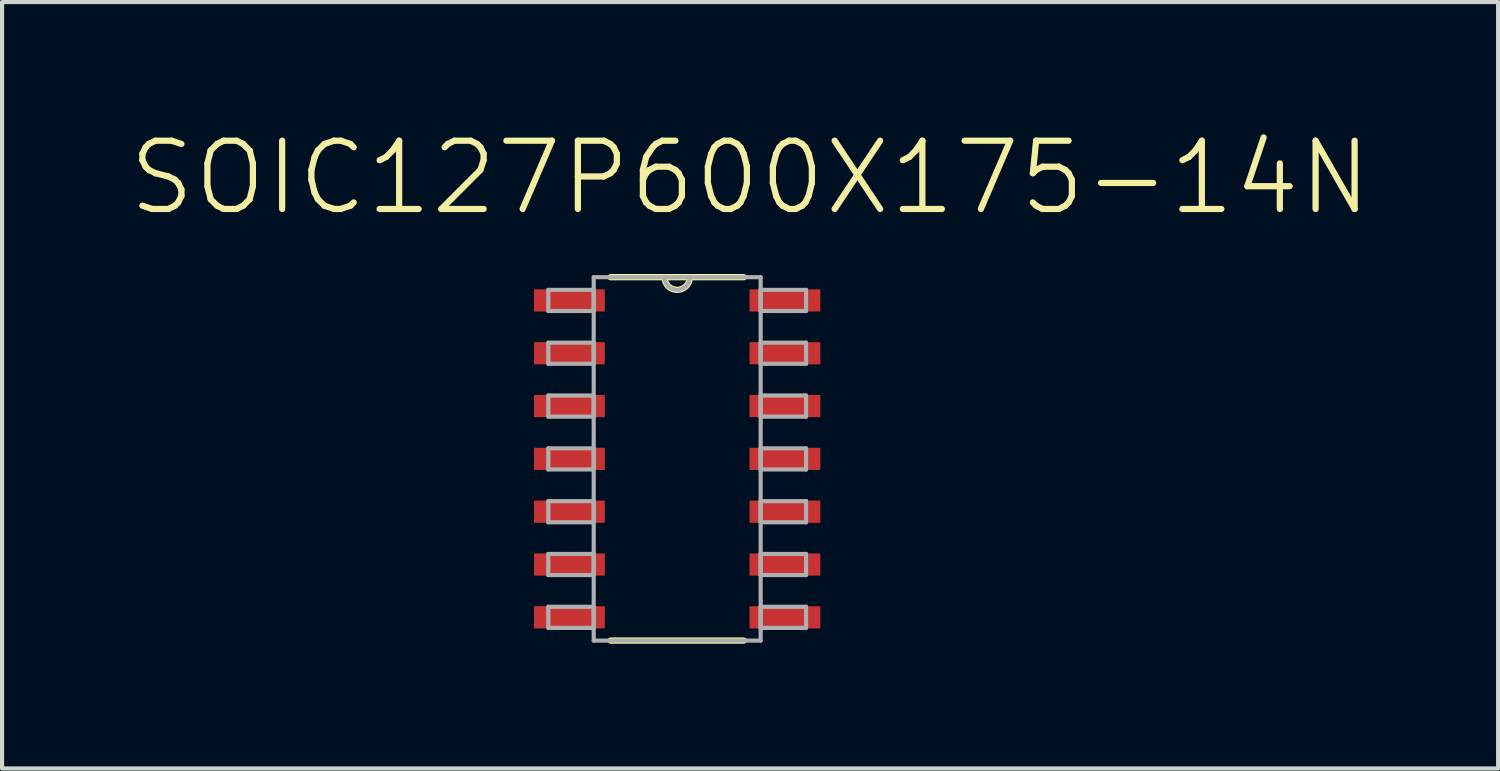
<source format=kicad_pcb>
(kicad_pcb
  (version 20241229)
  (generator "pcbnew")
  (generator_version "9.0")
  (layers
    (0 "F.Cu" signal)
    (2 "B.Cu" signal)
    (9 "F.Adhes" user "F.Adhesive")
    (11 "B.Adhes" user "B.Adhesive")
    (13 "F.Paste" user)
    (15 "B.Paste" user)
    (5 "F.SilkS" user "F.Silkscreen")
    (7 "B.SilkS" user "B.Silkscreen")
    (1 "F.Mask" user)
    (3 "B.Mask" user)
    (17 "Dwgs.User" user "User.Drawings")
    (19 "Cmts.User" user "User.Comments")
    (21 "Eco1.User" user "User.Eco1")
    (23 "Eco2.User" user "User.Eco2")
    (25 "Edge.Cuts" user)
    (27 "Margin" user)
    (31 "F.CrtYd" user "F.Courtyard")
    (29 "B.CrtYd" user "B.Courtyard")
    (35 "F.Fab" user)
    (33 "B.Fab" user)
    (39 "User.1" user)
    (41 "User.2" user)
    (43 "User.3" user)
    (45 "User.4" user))
  (footprint "SOIC127P600X175-14N"
    (layer "F.Cu")
    (at 13.233 7.984)
    (property "Reference" "SOIC127P600X175-14N" (at 1.754 -6.761 0) (layer "F.SilkS") (effects (font (size 1.641 1.641) (thickness 0.15))))
    (attr smd)
    (fp_line (start -1.6 4.369) (end 1.6 4.369) (stroke (width 0.152) (type solid)) (layer "F.SilkS"))
    (fp_line (start -0.305 -4.369) (end -1.6 -4.369) (stroke (width 0.152) (type solid)) (layer "F.SilkS"))
    (fp_line (start 0.305 -4.369) (end -0.305 -4.369) (stroke (width 0.152) (type solid)) (layer "F.SilkS"))
    (fp_line (start 1.6 -4.369) (end 0.305 -4.369) (stroke (width 0.152) (type solid)) (layer "F.SilkS"))
    (fp_arc (start 0.3048 -4.3688) (mid 0 -4.064) (end -0.3048 -4.3688) (stroke (width 0.1524) (type solid)) (layer "F.SilkS"))
    (fp_line (start -3.099 -4.064) (end -3.099 -3.556) (stroke (width 0.1) (type solid)) (layer "F.Fab"))
    (fp_line (start -3.099 -3.556) (end -2.007 -3.556) (stroke (width 0.1) (type solid)) (layer "F.Fab"))
    (fp_line (start -3.099 -2.794) (end -3.099 -2.286) (stroke (width 0.1) (type solid)) (layer "F.Fab"))
    (fp_line (start -3.099 -2.286) (end -2.007 -2.286) (stroke (width 0.1) (type solid)) (layer "F.Fab"))
    (fp_line (start -3.099 -1.524) (end -3.099 -1.016) (stroke (width 0.1) (type solid)) (layer "F.Fab"))
    (fp_line (start -3.099 -1.016) (end -2.007 -1.016) (stroke (width 0.1) (type solid)) (layer "F.Fab"))
    (fp_line (start -3.099 -0.254) (end -3.099 0.254) (stroke (width 0.1) (type solid)) (layer "F.Fab"))
    (fp_line (start -3.099 0.254) (end -2.007 0.254) (stroke (width 0.1) (type solid)) (layer "F.Fab"))
    (fp_line (start -3.099 1.016) (end -3.099 1.524) (stroke (width 0.1) (type solid)) (layer "F.Fab"))
    (fp_line (start -3.099 1.524) (end -2.007 1.524) (stroke (width 0.1) (type solid)) (layer "F.Fab"))
    (fp_line (start -3.099 2.286) (end -3.099 2.794) (stroke (width 0.1) (type solid)) (layer "F.Fab"))
    (fp_line (start -3.099 2.794) (end -2.007 2.794) (stroke (width 0.1) (type solid)) (layer "F.Fab"))
    (fp_line (start -3.099 3.556) (end -3.099 4.064) (stroke (width 0.1) (type solid)) (layer "F.Fab"))
    (fp_line (start -3.099 4.064) (end -2.007 4.064) (stroke (width 0.1) (type solid)) (layer "F.Fab"))
    (fp_line (start -2.007 -4.369) (end -2.007 4.369) (stroke (width 0.1) (type solid)) (layer "F.Fab"))
    (fp_line (start -2.007 -4.064) (end -3.099 -4.064) (stroke (width 0.1) (type solid)) (layer "F.Fab"))
    (fp_line (start -2.007 -3.556) (end -2.007 -4.064) (stroke (width 0.1) (type solid)) (layer "F.Fab"))
    (fp_line (start -2.007 -2.794) (end -3.099 -2.794) (stroke (width 0.1) (type solid)) (layer "F.Fab"))
    (fp_line (start -2.007 -2.286) (end -2.007 -2.794) (stroke (width 0.1) (type solid)) (layer "F.Fab"))
    (fp_line (start -2.007 -1.524) (end -3.099 -1.524) (stroke (width 0.1) (type solid)) (layer "F.Fab"))
    (fp_line (start -2.007 -1.016) (end -2.007 -1.524) (stroke (width 0.1) (type solid)) (layer "F.Fab"))
    (fp_line (start -2.007 -0.254) (end -3.099 -0.254) (stroke (width 0.1) (type solid)) (layer "F.Fab"))
    (fp_line (start -2.007 0.254) (end -2.007 -0.254) (stroke (width 0.1) (type solid)) (layer "F.Fab"))
    (fp_line (start -2.007 1.016) (end -3.099 1.016) (stroke (width 0.1) (type solid)) (layer "F.Fab"))
    (fp_line (start -2.007 1.524) (end -2.007 1.016) (stroke (width 0.1) (type solid)) (layer "F.Fab"))
    (fp_line (start -2.007 2.286) (end -3.099 2.286) (stroke (width 0.1) (type solid)) (layer "F.Fab"))
    (fp_line (start -2.007 2.794) (end -2.007 2.286) (stroke (width 0.1) (type solid)) (layer "F.Fab"))
    (fp_line (start -2.007 3.556) (end -3.099 3.556) (stroke (width 0.1) (type solid)) (layer "F.Fab"))
    (fp_line (start -2.007 4.064) (end -2.007 3.556) (stroke (width 0.1) (type solid)) (layer "F.Fab"))
    (fp_line (start -2.007 4.369) (end 2.007 4.369) (stroke (width 0.1) (type solid)) (layer "F.Fab"))
    (fp_line (start -0.305 -4.369) (end -2.007 -4.369) (stroke (width 0.1) (type solid)) (layer "F.Fab"))
    (fp_line (start 0.305 -4.369) (end -0.305 -4.369) (stroke (width 0.1) (type solid)) (layer "F.Fab"))
    (fp_line (start 2.007 -4.369) (end 0.305 -4.369) (stroke (width 0.1) (type solid)) (layer "F.Fab"))
    (fp_line (start 2.007 -4.064) (end 2.007 -3.556) (stroke (width 0.1) (type solid)) (layer "F.Fab"))
    (fp_line (start 2.007 -3.556) (end 3.099 -3.556) (stroke (width 0.1) (type solid)) (layer "F.Fab"))
    (fp_line (start 2.007 -2.794) (end 2.007 -2.286) (stroke (width 0.1) (type solid)) (layer "F.Fab"))
    (fp_line (start 2.007 -2.286) (end 3.099 -2.286) (stroke (width 0.1) (type solid)) (layer "F.Fab"))
    (fp_line (start 2.007 -1.524) (end 2.007 -1.016) (stroke (width 0.1) (type solid)) (layer "F.Fab"))
    (fp_line (start 2.007 -1.016) (end 3.099 -1.016) (stroke (width 0.1) (type solid)) (layer "F.Fab"))
    (fp_line (start 2.007 -0.254) (end 2.007 0.254) (stroke (width 0.1) (type solid)) (layer "F.Fab"))
    (fp_line (start 2.007 0.254) (end 3.099 0.254) (stroke (width 0.1) (type solid)) (layer "F.Fab"))
    (fp_line (start 2.007 1.016) (end 2.007 1.524) (stroke (width 0.1) (type solid)) (layer "F.Fab"))
    (fp_line (start 2.007 1.524) (end 3.099 1.524) (stroke (width 0.1) (type solid)) (layer "F.Fab"))
    (fp_line (start 2.007 2.286) (end 2.007 2.794) (stroke (width 0.1) (type solid)) (layer "F.Fab"))
    (fp_line (start 2.007 2.794) (end 3.099 2.794) (stroke (width 0.1) (type solid)) (layer "F.Fab"))
    (fp_line (start 2.007 3.556) (end 2.007 4.064) (stroke (width 0.1) (type solid)) (layer "F.Fab"))
    (fp_line (start 2.007 4.064) (end 3.099 4.064) (stroke (width 0.1) (type solid)) (layer "F.Fab"))
    (fp_line (start 2.007 4.369) (end 2.007 -4.369) (stroke (width 0.1) (type solid)) (layer "F.Fab"))
    (fp_line (start 3.099 -4.064) (end 2.007 -4.064) (stroke (width 0.1) (type solid)) (layer "F.Fab"))
    (fp_line (start 3.099 -3.556) (end 3.099 -4.064) (stroke (width 0.1) (type solid)) (layer "F.Fab"))
    (fp_line (start 3.099 -2.794) (end 2.007 -2.794) (stroke (width 0.1) (type solid)) (layer "F.Fab"))
    (fp_line (start 3.099 -2.286) (end 3.099 -2.794) (stroke (width 0.1) (type solid)) (layer "F.Fab"))
    (fp_line (start 3.099 -1.524) (end 2.007 -1.524) (stroke (width 0.1) (type solid)) (layer "F.Fab"))
    (fp_line (start 3.099 -1.016) (end 3.099 -1.524) (stroke (width 0.1) (type solid)) (layer "F.Fab"))
    (fp_line (start 3.099 -0.254) (end 2.007 -0.254) (stroke (width 0.1) (type solid)) (layer "F.Fab"))
    (fp_line (start 3.099 0.254) (end 3.099 -0.254) (stroke (width 0.1) (type solid)) (layer "F.Fab"))
    (fp_line (start 3.099 1.016) (end 2.007 1.016) (stroke (width 0.1) (type solid)) (layer "F.Fab"))
    (fp_line (start 3.099 1.524) (end 3.099 1.016) (stroke (width 0.1) (type solid)) (layer "F.Fab"))
    (fp_line (start 3.099 2.286) (end 2.007 2.286) (stroke (width 0.1) (type solid)) (layer "F.Fab"))
    (fp_line (start 3.099 2.794) (end 3.099 2.286) (stroke (width 0.1) (type solid)) (layer "F.Fab"))
    (fp_line (start 3.099 3.556) (end 2.007 3.556) (stroke (width 0.1) (type solid)) (layer "F.Fab"))
    (fp_line (start 3.099 4.064) (end 3.099 3.556) (stroke (width 0.1) (type solid)) (layer "F.Fab"))
    (fp_arc (start 0.3048 -4.3688) (mid 0 -4.064) (end -0.3048 -4.3688) (stroke (width 0.1) (type solid)) (layer "F.Fab"))
    (pad "1" smd rect (at -2.591 -3.81) (size 1.702 0.533) (layers "F.Cu" "F.Mask" "F.Paste"))
    (pad "2" smd rect (at -2.591 -2.54) (size 1.702 0.533) (layers "F.Cu" "F.Mask" "F.Paste"))
    (pad "3" smd rect (at -2.591 -1.27) (size 1.702 0.533) (layers "F.Cu" "F.Mask" "F.Paste"))
    (pad "4" smd rect (at -2.591 0) (size 1.702 0.533) (layers "F.Cu" "F.Mask" "F.Paste"))
    (pad "5" smd rect (at -2.591 1.27) (size 1.702 0.533) (layers "F.Cu" "F.Mask" "F.Paste"))
    (pad "6" smd rect (at -2.591 2.54) (size 1.702 0.533) (layers "F.Cu" "F.Mask" "F.Paste"))
    (pad "7" smd rect (at -2.591 3.81) (size 1.702 0.533) (layers "F.Cu" "F.Mask" "F.Paste"))
    (pad "8" smd rect (at 2.591 3.81) (size 1.702 0.533) (layers "F.Cu" "F.Mask" "F.Paste"))
    (pad "9" smd rect (at 2.591 2.54) (size 1.702 0.533) (layers "F.Cu" "F.Mask" "F.Paste"))
    (pad "10" smd rect (at 2.591 1.27) (size 1.702 0.533) (layers "F.Cu" "F.Mask" "F.Paste"))
    (pad "11" smd rect (at 2.591 0) (size 1.702 0.533) (layers "F.Cu" "F.Mask" "F.Paste"))
    (pad "12" smd rect (at 2.591 -1.27) (size 1.702 0.533) (layers "F.Cu" "F.Mask" "F.Paste"))
    (pad "13" smd rect (at 2.591 -2.54) (size 1.702 0.533) (layers "F.Cu" "F.Mask" "F.Paste"))
    (pad "14" smd rect (at 2.591 -3.81) (size 1.702 0.533) (layers "F.Cu" "F.Mask" "F.Paste")))
  (gr_rect
    (start -3 -3)
    (end 32.973 15.429)
    (stroke (width 0.1) (type default))
    (fill no)
    (layer "Edge.Cuts")))
</source>
